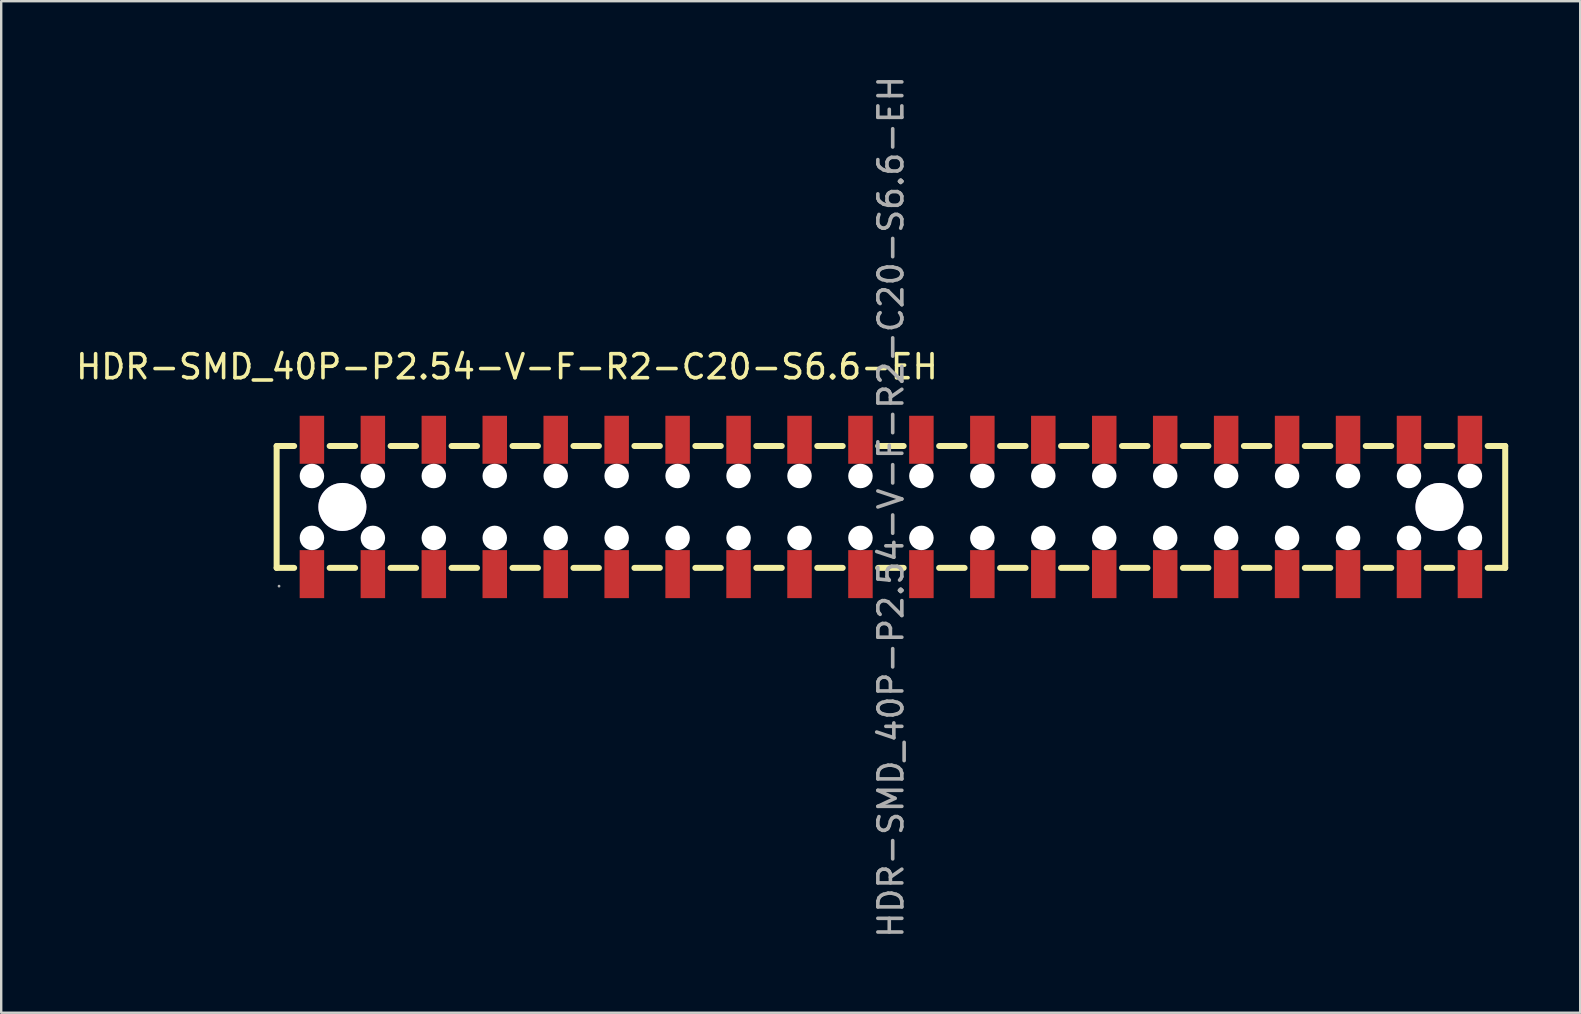
<source format=kicad_pcb>
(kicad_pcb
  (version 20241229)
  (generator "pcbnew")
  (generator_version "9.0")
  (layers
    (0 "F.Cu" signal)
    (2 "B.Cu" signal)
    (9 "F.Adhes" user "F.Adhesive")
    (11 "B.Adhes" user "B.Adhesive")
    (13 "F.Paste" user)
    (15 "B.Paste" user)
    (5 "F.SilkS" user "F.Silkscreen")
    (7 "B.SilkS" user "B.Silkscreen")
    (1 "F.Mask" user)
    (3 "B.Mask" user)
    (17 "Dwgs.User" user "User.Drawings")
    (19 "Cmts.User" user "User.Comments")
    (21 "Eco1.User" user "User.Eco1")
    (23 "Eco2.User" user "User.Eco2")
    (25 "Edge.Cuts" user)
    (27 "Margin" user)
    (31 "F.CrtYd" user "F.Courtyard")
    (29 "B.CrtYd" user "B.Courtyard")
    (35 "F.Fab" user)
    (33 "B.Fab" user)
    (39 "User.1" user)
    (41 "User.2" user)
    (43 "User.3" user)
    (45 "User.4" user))
  (footprint "HDR-SMD_40P-P2.54-V-F-R2-C20-S6.6-EH"
    (layer "F.Cu")
    (at 34.079 18.077)
    (property "Reference" "HDR-SMD_40P-P2.54-V-F-R2-C20-S6.6-EH" (at -16.002 -5.842 0) (layer "F.SilkS") (effects (font (size 1 1) (thickness 0.15))))
    (attr smd)
    (fp_line (start -25.6 -2.54) (end -25.6 2.54) (stroke (width 0.25) (type solid)) (layer "F.SilkS"))
    (fp_line (start -25.6 -2.54) (end -24.87 -2.54) (stroke (width 0.25) (type solid)) (layer "F.SilkS"))
    (fp_line (start -25.6 2.54) (end -24.87 2.54) (stroke (width 0.25) (type solid)) (layer "F.SilkS"))
    (fp_line (start -23.39 -2.54) (end -22.33 -2.54) (stroke (width 0.25) (type solid)) (layer "F.SilkS"))
    (fp_line (start -23.39 2.54) (end -22.33 2.54) (stroke (width 0.25) (type solid)) (layer "F.SilkS"))
    (fp_line (start -20.85 -2.54) (end -19.79 -2.54) (stroke (width 0.25) (type solid)) (layer "F.SilkS"))
    (fp_line (start -20.85 2.54) (end -19.79 2.54) (stroke (width 0.25) (type solid)) (layer "F.SilkS"))
    (fp_line (start -18.31 -2.54) (end -17.25 -2.54) (stroke (width 0.25) (type solid)) (layer "F.SilkS"))
    (fp_line (start -18.31 2.54) (end -17.25 2.54) (stroke (width 0.25) (type solid)) (layer "F.SilkS"))
    (fp_line (start -15.77 -2.54) (end -14.71 -2.54) (stroke (width 0.25) (type solid)) (layer "F.SilkS"))
    (fp_line (start -15.77 2.54) (end -14.71 2.54) (stroke (width 0.25) (type solid)) (layer "F.SilkS"))
    (fp_line (start -13.23 -2.54) (end -12.17 -2.54) (stroke (width 0.25) (type solid)) (layer "F.SilkS"))
    (fp_line (start -13.23 2.54) (end -12.17 2.54) (stroke (width 0.25) (type solid)) (layer "F.SilkS"))
    (fp_line (start -10.69 -2.54) (end -9.63 -2.54) (stroke (width 0.25) (type solid)) (layer "F.SilkS"))
    (fp_line (start -10.69 2.54) (end -9.63 2.54) (stroke (width 0.25) (type solid)) (layer "F.SilkS"))
    (fp_line (start -8.15 -2.54) (end -7.09 -2.54) (stroke (width 0.25) (type solid)) (layer "F.SilkS"))
    (fp_line (start -8.15 2.54) (end -7.09 2.54) (stroke (width 0.25) (type solid)) (layer "F.SilkS"))
    (fp_line (start -5.61 -2.54) (end -4.55 -2.54) (stroke (width 0.25) (type solid)) (layer "F.SilkS"))
    (fp_line (start -5.61 2.54) (end -4.55 2.54) (stroke (width 0.25) (type solid)) (layer "F.SilkS"))
    (fp_line (start -3.07 -2.54) (end -2.01 -2.54) (stroke (width 0.25) (type solid)) (layer "F.SilkS"))
    (fp_line (start -3.07 2.54) (end -2.01 2.54) (stroke (width 0.25) (type solid)) (layer "F.SilkS"))
    (fp_line (start -0.53 -2.54) (end 0.53 -2.54) (stroke (width 0.25) (type solid)) (layer "F.SilkS"))
    (fp_line (start -0.53 2.54) (end 0.53 2.54) (stroke (width 0.25) (type solid)) (layer "F.SilkS"))
    (fp_line (start 2.01 -2.54) (end 3.07 -2.54) (stroke (width 0.25) (type solid)) (layer "F.SilkS"))
    (fp_line (start 2.01 2.54) (end 3.07 2.54) (stroke (width 0.25) (type solid)) (layer "F.SilkS"))
    (fp_line (start 4.55 -2.54) (end 5.61 -2.54) (stroke (width 0.25) (type solid)) (layer "F.SilkS"))
    (fp_line (start 4.55 2.54) (end 5.61 2.54) (stroke (width 0.25) (type solid)) (layer "F.SilkS"))
    (fp_line (start 7.09 -2.54) (end 8.15 -2.54) (stroke (width 0.25) (type solid)) (layer "F.SilkS"))
    (fp_line (start 7.09 2.54) (end 8.15 2.54) (stroke (width 0.25) (type solid)) (layer "F.SilkS"))
    (fp_line (start 9.63 -2.54) (end 10.69 -2.54) (stroke (width 0.25) (type solid)) (layer "F.SilkS"))
    (fp_line (start 9.63 2.54) (end 10.69 2.54) (stroke (width 0.25) (type solid)) (layer "F.SilkS"))
    (fp_line (start 12.17 -2.54) (end 13.23 -2.54) (stroke (width 0.25) (type solid)) (layer "F.SilkS"))
    (fp_line (start 12.17 2.54) (end 13.23 2.54) (stroke (width 0.25) (type solid)) (layer "F.SilkS"))
    (fp_line (start 14.71 -2.54) (end 15.77 -2.54) (stroke (width 0.25) (type solid)) (layer "F.SilkS"))
    (fp_line (start 14.71 2.54) (end 15.77 2.54) (stroke (width 0.25) (type solid)) (layer "F.SilkS"))
    (fp_line (start 17.25 -2.54) (end 18.31 -2.54) (stroke (width 0.25) (type solid)) (layer "F.SilkS"))
    (fp_line (start 17.25 2.54) (end 18.31 2.54) (stroke (width 0.25) (type solid)) (layer "F.SilkS"))
    (fp_line (start 19.79 -2.54) (end 20.85 -2.54) (stroke (width 0.25) (type solid)) (layer "F.SilkS"))
    (fp_line (start 19.79 2.54) (end 20.85 2.54) (stroke (width 0.25) (type solid)) (layer "F.SilkS"))
    (fp_line (start 22.33 -2.54) (end 23.39 -2.54) (stroke (width 0.25) (type solid)) (layer "F.SilkS"))
    (fp_line (start 22.33 2.54) (end 23.39 2.54) (stroke (width 0.25) (type solid)) (layer "F.SilkS"))
    (fp_line (start 24.87 -2.54) (end 25.6 -2.54) (stroke (width 0.25) (type solid)) (layer "F.SilkS"))
    (fp_line (start 24.87 2.54) (end 25.6 2.54) (stroke (width 0.25) (type solid)) (layer "F.SilkS"))
    (fp_line (start 25.6 -2.54) (end 25.6 2.54) (stroke (width 0.25) (type solid)) (layer "F.SilkS"))
    (fp_circle (center -22.86 0) (end -22.41 0) (stroke (width 0.9) (type solid)) (fill no) (layer "Cmts.User"))
    (fp_circle (center 22.86 0) (end 23.31 0) (stroke (width 0.9) (type solid)) (fill no) (layer "Cmts.User"))
    (fp_circle (center -25.5 3.3) (end -25.47 3.3) (stroke (width 0.06) (type solid)) (fill no) (layer "F.Fab"))
    (fp_text user "${REFERENCE}" (at 0 0 90) (layer "F.Fab") (effects (font (size 1 1) (thickness 0.15))))
    (pad "" np_thru_hole circle (at -24.13 -1.29) (size 1.02 1.02) (drill 1.02) (layers "*.Cu" "*.Mask"))
    (pad "" np_thru_hole circle (at -24.13 1.29) (size 1.02 1.02) (drill 1.02) (layers "*.Cu" "*.Mask"))
    (pad "" thru_hole circle (at -22.86 0) (size 2 2) (drill 2) (layers "*.Cu" "*.Mask"))
    (pad "" np_thru_hole circle (at -21.59 -1.29) (size 1.02 1.02) (drill 1.02) (layers "*.Cu" "*.Mask"))
    (pad "" np_thru_hole circle (at -21.59 1.29) (size 1.02 1.02) (drill 1.02) (layers "*.Cu" "*.Mask"))
    (pad "" np_thru_hole circle (at -19.05 -1.29) (size 1.02 1.02) (drill 1.02) (layers "*.Cu" "*.Mask"))
    (pad "" np_thru_hole circle (at -19.05 1.29) (size 1.02 1.02) (drill 1.02) (layers "*.Cu" "*.Mask"))
    (pad "" np_thru_hole circle (at -16.51 -1.29) (size 1.02 1.02) (drill 1.02) (layers "*.Cu" "*.Mask"))
    (pad "" np_thru_hole circle (at -16.51 1.29) (size 1.02 1.02) (drill 1.02) (layers "*.Cu" "*.Mask"))
    (pad "" np_thru_hole circle (at -13.97 -1.29) (size 1.02 1.02) (drill 1.02) (layers "*.Cu" "*.Mask"))
    (pad "" np_thru_hole circle (at -13.97 1.29) (size 1.02 1.02) (drill 1.02) (layers "*.Cu" "*.Mask"))
    (pad "" np_thru_hole circle (at -11.43 -1.29) (size 1.02 1.02) (drill 1.02) (layers "*.Cu" "*.Mask"))
    (pad "" np_thru_hole circle (at -11.43 1.29) (size 1.02 1.02) (drill 1.02) (layers "*.Cu" "*.Mask"))
    (pad "" np_thru_hole circle (at -8.89 -1.29) (size 1.02 1.02) (drill 1.02) (layers "*.Cu" "*.Mask"))
    (pad "" np_thru_hole circle (at -8.89 1.29) (size 1.02 1.02) (drill 1.02) (layers "*.Cu" "*.Mask"))
    (pad "" np_thru_hole circle (at -6.35 -1.29) (size 1.02 1.02) (drill 1.02) (layers "*.Cu" "*.Mask"))
    (pad "" np_thru_hole circle (at -6.35 1.29) (size 1.02 1.02) (drill 1.02) (layers "*.Cu" "*.Mask"))
    (pad "" np_thru_hole circle (at -3.81 -1.29) (size 1.02 1.02) (drill 1.02) (layers "*.Cu" "*.Mask"))
    (pad "" np_thru_hole circle (at -3.81 1.29) (size 1.02 1.02) (drill 1.02) (layers "*.Cu" "*.Mask"))
    (pad "" np_thru_hole circle (at -1.27 -1.29) (size 1.02 1.02) (drill 1.02) (layers "*.Cu" "*.Mask"))
    (pad "" np_thru_hole circle (at -1.27 1.29) (size 1.02 1.02) (drill 1.02) (layers "*.Cu" "*.Mask"))
    (pad "" np_thru_hole circle (at 1.27 -1.29) (size 1.02 1.02) (drill 1.02) (layers "*.Cu" "*.Mask"))
    (pad "" np_thru_hole circle (at 1.27 1.29) (size 1.02 1.02) (drill 1.02) (layers "*.Cu" "*.Mask"))
    (pad "" np_thru_hole circle (at 3.81 -1.29) (size 1.02 1.02) (drill 1.02) (layers "*.Cu" "*.Mask"))
    (pad "" np_thru_hole circle (at 3.81 1.29) (size 1.02 1.02) (drill 1.02) (layers "*.Cu" "*.Mask"))
    (pad "" np_thru_hole circle (at 6.35 -1.29) (size 1.02 1.02) (drill 1.02) (layers "*.Cu" "*.Mask"))
    (pad "" np_thru_hole circle (at 6.35 1.29) (size 1.02 1.02) (drill 1.02) (layers "*.Cu" "*.Mask"))
    (pad "" np_thru_hole circle (at 8.89 -1.29) (size 1.02 1.02) (drill 1.02) (layers "*.Cu" "*.Mask"))
    (pad "" np_thru_hole circle (at 8.89 1.29) (size 1.02 1.02) (drill 1.02) (layers "*.Cu" "*.Mask"))
    (pad "" np_thru_hole circle (at 11.43 -1.29) (size 1.02 1.02) (drill 1.02) (layers "*.Cu" "*.Mask"))
    (pad "" np_thru_hole circle (at 11.43 1.29) (size 1.02 1.02) (drill 1.02) (layers "*.Cu" "*.Mask"))
    (pad "" np_thru_hole circle (at 13.97 -1.29) (size 1.02 1.02) (drill 1.02) (layers "*.Cu" "*.Mask"))
    (pad "" np_thru_hole circle (at 13.97 1.29) (size 1.02 1.02) (drill 1.02) (layers "*.Cu" "*.Mask"))
    (pad "" np_thru_hole circle (at 16.51 -1.29) (size 1.02 1.02) (drill 1.02) (layers "*.Cu" "*.Mask"))
    (pad "" np_thru_hole circle (at 16.51 1.29) (size 1.02 1.02) (drill 1.02) (layers "*.Cu" "*.Mask"))
    (pad "" np_thru_hole circle (at 19.05 -1.29) (size 1.02 1.02) (drill 1.02) (layers "*.Cu" "*.Mask"))
    (pad "" np_thru_hole circle (at 19.05 1.29) (size 1.02 1.02) (drill 1.02) (layers "*.Cu" "*.Mask"))
    (pad "" np_thru_hole circle (at 21.59 -1.29) (size 1.02 1.02) (drill 1.02) (layers "*.Cu" "*.Mask"))
    (pad "" np_thru_hole circle (at 21.59 1.29) (size 1.02 1.02) (drill 1.02) (layers "*.Cu" "*.Mask"))
    (pad "" thru_hole circle (at 22.86 0) (size 2 2) (drill 2) (layers "*.Cu" "*.Mask"))
    (pad "" np_thru_hole circle (at 24.13 -1.29) (size 1.02 1.02) (drill 1.02) (layers "*.Cu" "*.Mask"))
    (pad "" np_thru_hole circle (at 24.13 1.29) (size 1.02 1.02) (drill 1.02) (layers "*.Cu" "*.Mask"))
    (pad "1" smd rect (at -24.13 2.8) (size 1.02 2) (layers "F.Cu" "F.Mask" "F.Paste"))
    (pad "2" smd rect (at -24.13 -2.8) (size 1.02 2) (layers "F.Cu" "F.Mask" "F.Paste"))
    (pad "3" smd rect (at -21.59 2.8) (size 1.02 2) (layers "F.Cu" "F.Mask" "F.Paste"))
    (pad "4" smd rect (at -21.59 -2.8) (size 1.02 2) (layers "F.Cu" "F.Mask" "F.Paste"))
    (pad "5" smd rect (at -19.05 2.8 180) (size 1.02 2) (layers "F.Cu" "F.Mask" "F.Paste"))
    (pad "6" smd rect (at -19.05 -2.8 180) (size 1.02 2) (layers "F.Cu" "F.Mask" "F.Paste"))
    (pad "7" smd rect (at -16.51 2.8 180) (size 1.02 2) (layers "F.Cu" "F.Mask" "F.Paste"))
    (pad "8" smd rect (at -16.51 -2.8 180) (size 1.02 2) (layers "F.Cu" "F.Mask" "F.Paste"))
    (pad "9" smd rect (at -13.97 2.8 180) (size 1.02 2) (layers "F.Cu" "F.Mask" "F.Paste"))
    (pad "10" smd rect (at -13.97 -2.8 180) (size 1.02 2) (layers "F.Cu" "F.Mask" "F.Paste"))
    (pad "11" smd rect (at -11.43 2.8 180) (size 1.02 2) (layers "F.Cu" "F.Mask" "F.Paste"))
    (pad "12" smd rect (at -11.43 -2.8 180) (size 1.02 2) (layers "F.Cu" "F.Mask" "F.Paste"))
    (pad "13" smd rect (at -8.89 2.8 180) (size 1.02 2) (layers "F.Cu" "F.Mask" "F.Paste"))
    (pad "14" smd rect (at -8.89 -2.8 180) (size 1.02 2) (layers "F.Cu" "F.Mask" "F.Paste"))
    (pad "15" smd rect (at -6.35 2.8 180) (size 1.02 2) (layers "F.Cu" "F.Mask" "F.Paste"))
    (pad "16" smd rect (at -6.35 -2.8 180) (size 1.02 2) (layers "F.Cu" "F.Mask" "F.Paste"))
    (pad "17" smd rect (at -3.81 2.8 180) (size 1.02 2) (layers "F.Cu" "F.Mask" "F.Paste"))
    (pad "18" smd rect (at -3.81 -2.8 180) (size 1.02 2) (layers "F.Cu" "F.Mask" "F.Paste"))
    (pad "19" smd rect (at -1.27 2.8 180) (size 1.02 2) (layers "F.Cu" "F.Mask" "F.Paste"))
    (pad "20" smd rect (at -1.27 -2.8 180) (size 1.02 2) (layers "F.Cu" "F.Mask" "F.Paste"))
    (pad "21" smd rect (at 1.27 2.8 180) (size 1.02 2) (layers "F.Cu" "F.Mask" "F.Paste"))
    (pad "22" smd rect (at 1.27 -2.8 180) (size 1.02 2) (layers "F.Cu" "F.Mask" "F.Paste"))
    (pad "23" smd rect (at 3.81 2.8 180) (size 1.02 2) (layers "F.Cu" "F.Mask" "F.Paste"))
    (pad "24" smd rect (at 3.81 -2.8 180) (size 1.02 2) (layers "F.Cu" "F.Mask" "F.Paste"))
    (pad "25" smd rect (at 6.35 2.8 180) (size 1.02 2) (layers "F.Cu" "F.Mask" "F.Paste"))
    (pad "26" smd rect (at 6.35 -2.8 180) (size 1.02 2) (layers "F.Cu" "F.Mask" "F.Paste"))
    (pad "27" smd rect (at 8.89 2.8 180) (size 1.02 2) (layers "F.Cu" "F.Mask" "F.Paste"))
    (pad "28" smd rect (at 8.89 -2.8 180) (size 1.02 2) (layers "F.Cu" "F.Mask" "F.Paste"))
    (pad "29" smd rect (at 11.43 2.8 180) (size 1.02 2) (layers "F.Cu" "F.Mask" "F.Paste"))
    (pad "30" smd rect (at 11.43 -2.8 180) (size 1.02 2) (layers "F.Cu" "F.Mask" "F.Paste"))
    (pad "31" smd rect (at 13.97 2.8 180) (size 1.02 2) (layers "F.Cu" "F.Mask" "F.Paste"))
    (pad "32" smd rect (at 13.97 -2.8 180) (size 1.02 2) (layers "F.Cu" "F.Mask" "F.Paste"))
    (pad "33" smd rect (at 16.51 2.8 180) (size 1.02 2) (layers "F.Cu" "F.Mask" "F.Paste"))
    (pad "34" smd rect (at 16.51 -2.8 180) (size 1.02 2) (layers "F.Cu" "F.Mask" "F.Paste"))
    (pad "35" smd rect (at 19.05 2.8 180) (size 1.02 2) (layers "F.Cu" "F.Mask" "F.Paste"))
    (pad "36" smd rect (at 19.05 -2.8 180) (size 1.02 2) (layers "F.Cu" "F.Mask" "F.Paste"))
    (pad "37" smd rect (at 21.59 2.8 180) (size 1.02 2) (layers "F.Cu" "F.Mask" "F.Paste"))
    (pad "38" smd rect (at 21.59 -2.8 180) (size 1.02 2) (layers "F.Cu" "F.Mask" "F.Paste"))
    (pad "39" smd rect (at 24.13 2.8 180) (size 1.02 2) (layers "F.Cu" "F.Mask" "F.Paste"))
    (pad "40" smd rect (at 24.13 -2.8 180) (size 1.02 2) (layers "F.Cu" "F.Mask" "F.Paste")))
  (gr_rect
    (start -3 -3)
    (end 62.804 39.155)
    (stroke (width 0.1) (type default))
    (fill no)
    (layer "Edge.Cuts")))
</source>
